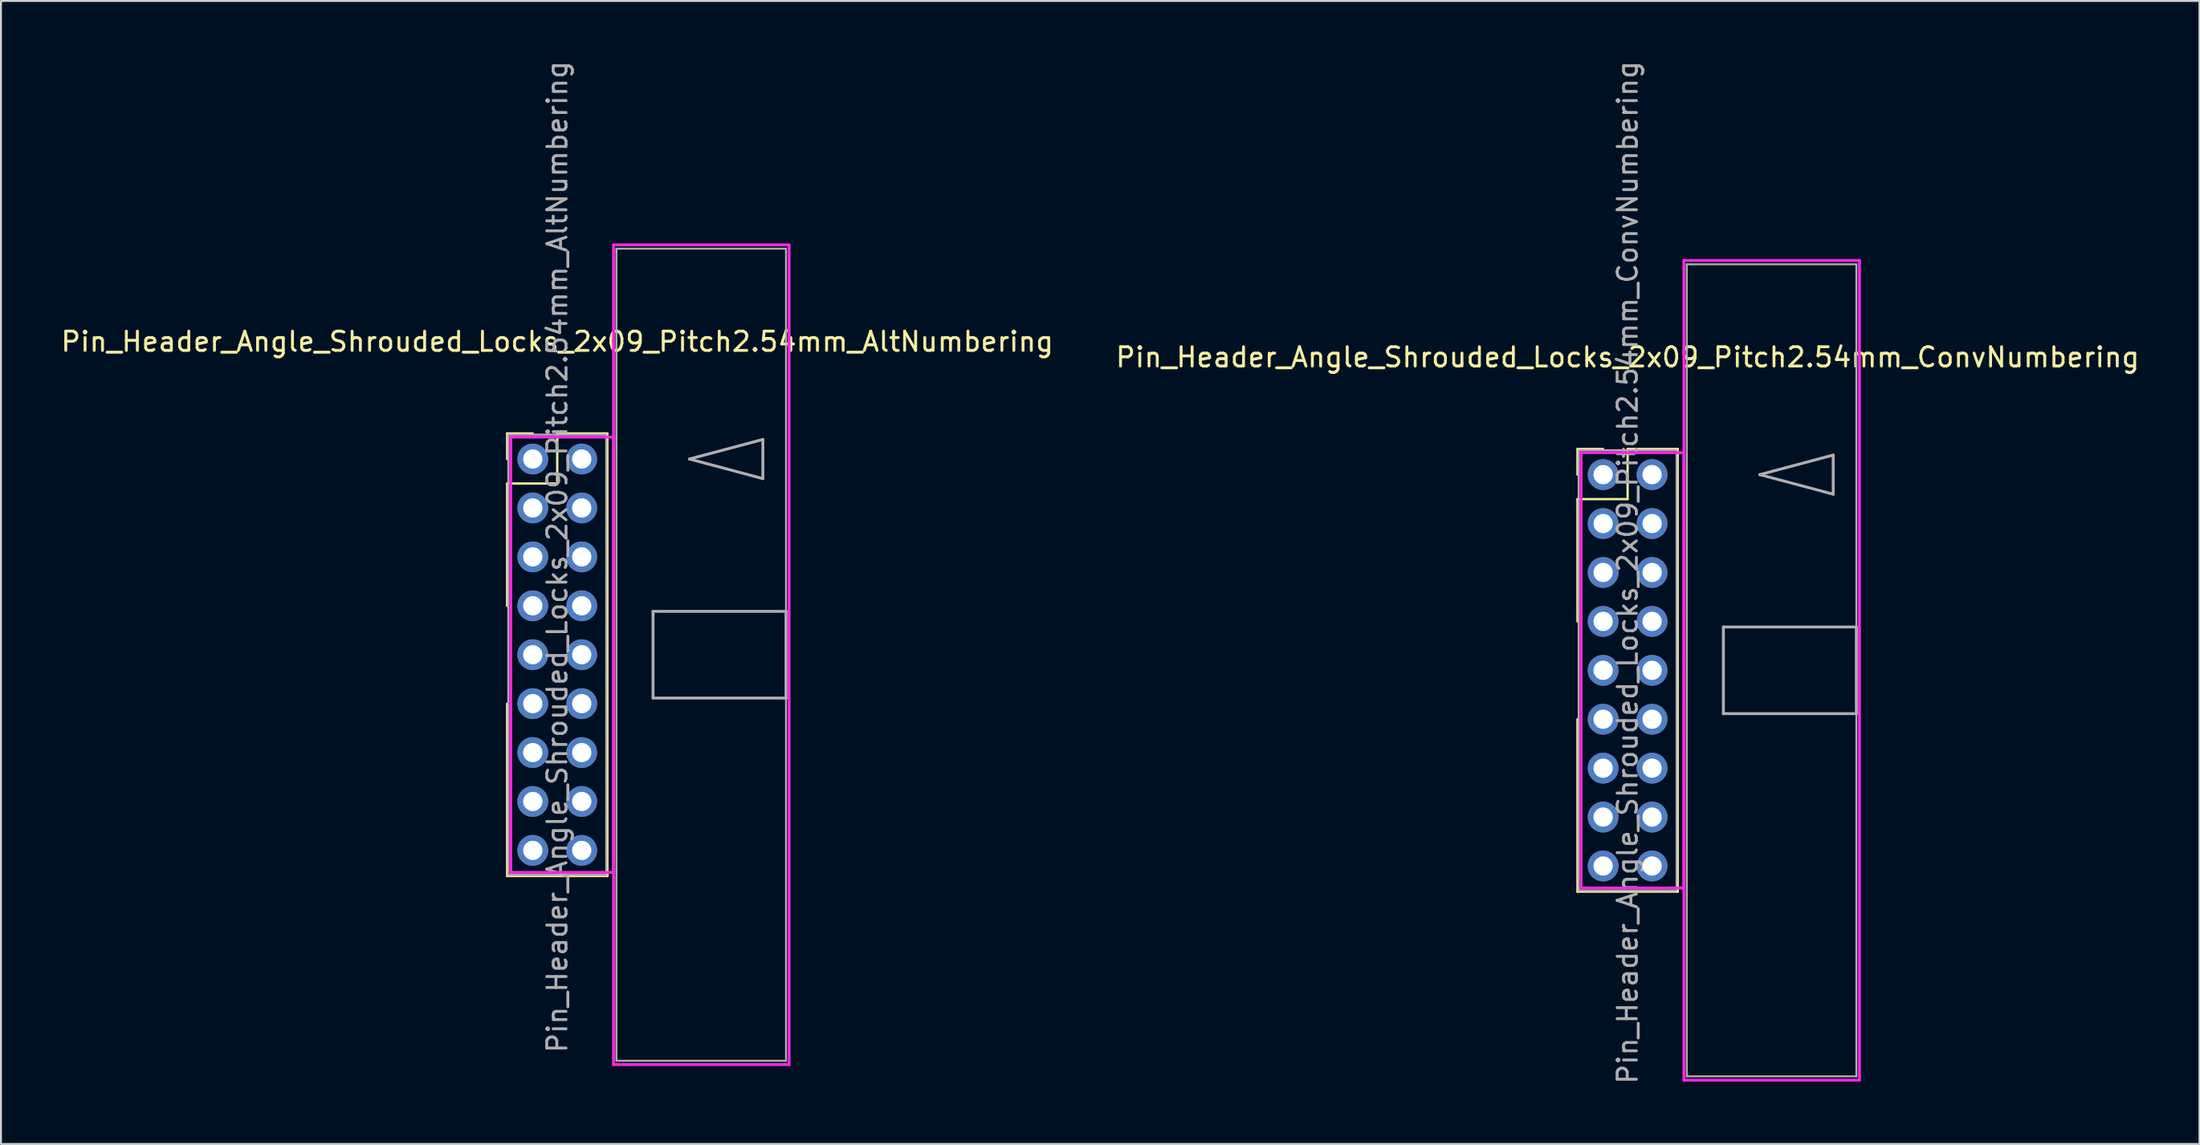
<source format=kicad_pcb>
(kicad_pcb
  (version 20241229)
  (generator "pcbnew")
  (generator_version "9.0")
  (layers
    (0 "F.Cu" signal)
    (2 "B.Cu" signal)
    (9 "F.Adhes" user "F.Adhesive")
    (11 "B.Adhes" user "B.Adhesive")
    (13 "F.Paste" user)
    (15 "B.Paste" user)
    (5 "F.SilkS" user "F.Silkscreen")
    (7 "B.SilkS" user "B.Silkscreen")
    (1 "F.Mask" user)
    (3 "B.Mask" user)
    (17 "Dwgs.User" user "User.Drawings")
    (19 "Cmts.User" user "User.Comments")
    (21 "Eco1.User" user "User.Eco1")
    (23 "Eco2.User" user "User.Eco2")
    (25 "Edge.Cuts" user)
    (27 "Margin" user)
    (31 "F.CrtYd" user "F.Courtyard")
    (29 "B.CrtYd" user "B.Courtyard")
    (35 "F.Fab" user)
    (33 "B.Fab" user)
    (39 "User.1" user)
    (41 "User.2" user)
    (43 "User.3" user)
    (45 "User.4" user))
  (footprint "Pin_Header_Angle_Shrouded_Locks_2x09_Pitch2.54mm_AltNumbering"
    (layer "F.Cu")
    (at 24.593 20.783)
    (property "Reference" "Pin_Header_Angle_Shrouded_Locks_2x09_Pitch2.54mm_AltNumbering" (at 1.27 -6.096 0) (layer "F.SilkS") (effects (font (size 1 1) (thickness 0.15))))
    (attr through_hole)
    (fp_line (start -1.33 -1.33) (end 0 -1.33) (stroke (width 0.12) (type solid)) (layer "F.SilkS"))
    (fp_line (start -1.33 0) (end -1.33 -1.33) (stroke (width 0.12) (type solid)) (layer "F.SilkS"))
    (fp_line (start -1.33 1.27) (end -1.33 7.62) (stroke (width 0.12) (type solid)) (layer "F.SilkS"))
    (fp_line (start -1.33 1.27) (end 1.27 1.27) (stroke (width 0.12) (type solid)) (layer "F.SilkS"))
    (fp_line (start -1.33 12.7) (end -1.33 21.65) (stroke (width 0.12) (type solid)) (layer "F.SilkS"))
    (fp_line (start -1.33 21.65) (end 3.87 21.65) (stroke (width 0.12) (type solid)) (layer "F.SilkS"))
    (fp_line (start 1.27 -1.33) (end 3.87 -1.33) (stroke (width 0.12) (type solid)) (layer "F.SilkS"))
    (fp_line (start 1.27 1.27) (end 1.27 -1.33) (stroke (width 0.12) (type solid)) (layer "F.SilkS"))
    (fp_line (start 3.87 -1.33) (end 3.87 21.65) (stroke (width 0.12) (type solid)) (layer "F.SilkS"))
    (fp_line (start -1.143 -1.143) (end -1.143 21.463) (stroke (width 0.15) (type solid)) (layer "F.CrtYd"))
    (fp_line (start -1.143 21.463) (end 4.19 21.463) (stroke (width 0.15) (type solid)) (layer "F.CrtYd"))
    (fp_line (start 4.19 -11.12) (end 4.19 31.44) (stroke (width 0.15) (type solid)) (layer "F.CrtYd"))
    (fp_line (start 4.19 -1.143) (end -1.143 -1.143) (stroke (width 0.15) (type solid)) (layer "F.CrtYd"))
    (fp_line (start 4.19 21.463) (end 4.19 -1.143) (stroke (width 0.15) (type solid)) (layer "F.CrtYd"))
    (fp_line (start 4.19 31.44) (end 13.3 31.44) (stroke (width 0.15) (type solid)) (layer "F.CrtYd"))
    (fp_line (start 13.3 -11.12) (end 4.19 -11.12) (stroke (width 0.15) (type solid)) (layer "F.CrtYd"))
    (fp_line (start 13.3 31.44) (end 13.3 -11.12) (stroke (width 0.15) (type solid)) (layer "F.CrtYd"))
    (fp_line (start -1.27 -1.27) (end -1.27 21.59) (stroke (width 0.1) (type solid)) (layer "F.Fab"))
    (fp_line (start -1.27 21.59) (end 3.81 21.59) (stroke (width 0.1) (type solid)) (layer "F.Fab"))
    (fp_line (start 3.81 -1.27) (end -1.27 -1.27) (stroke (width 0.1) (type solid)) (layer "F.Fab"))
    (fp_line (start 3.81 21.59) (end 3.81 -1.27) (stroke (width 0.1) (type solid)) (layer "F.Fab"))
    (fp_line (start 4.34 -10.92) (end 4.34 31.24) (stroke (width 0.1) (type solid)) (layer "F.Fab"))
    (fp_line (start 4.34 31.24) (end 13.14 31.24) (stroke (width 0.1) (type solid)) (layer "F.Fab"))
    (fp_line (start 6.24 7.91) (end 6.24 12.41) (stroke (width 0.15) (type solid)) (layer "F.Fab"))
    (fp_line (start 6.24 12.41) (end 13.14 12.41) (stroke (width 0.15) (type solid)) (layer "F.Fab"))
    (fp_line (start 8.128 0) (end 11.938 -1.016) (stroke (width 0.15) (type solid)) (layer "F.Fab"))
    (fp_line (start 11.938 -1.016) (end 11.938 1.016) (stroke (width 0.15) (type solid)) (layer "F.Fab"))
    (fp_line (start 11.938 1.016) (end 8.128 0) (stroke (width 0.15) (type solid)) (layer "F.Fab"))
    (fp_line (start 13.14 -10.92) (end 4.34 -10.92) (stroke (width 0.1) (type solid)) (layer "F.Fab"))
    (fp_line (start 13.14 7.91) (end 6.24 7.91) (stroke (width 0.15) (type solid)) (layer "F.Fab"))
    (fp_line (start 13.14 12.41) (end 13.14 7.91) (stroke (width 0.15) (type solid)) (layer "F.Fab"))
    (fp_line (start 13.14 31.24) (end 13.14 -10.92) (stroke (width 0.1) (type solid)) (layer "F.Fab"))
    (fp_text user "${REFERENCE}" (at 1.27 5.08 90) (layer "F.Fab") (effects (font (size 1 1) (thickness 0.15))))
    (pad "1" thru_hole oval (at 0 0) (size 1.6 1.6) (drill 1) (layers "*.Cu" "*.Mask"))
    (pad "2" thru_hole oval (at 0 2.54) (size 1.6 1.6) (drill 1) (layers "*.Cu" "*.Mask"))
    (pad "3" thru_hole oval (at 0 5.08) (size 1.6 1.6) (drill 1) (layers "*.Cu" "*.Mask"))
    (pad "4" thru_hole oval (at 0 7.62) (size 1.6 1.6) (drill 1) (layers "*.Cu" "*.Mask"))
    (pad "5" thru_hole oval (at 0 10.16) (size 1.6 1.6) (drill 1) (layers "*.Cu" "*.Mask"))
    (pad "6" thru_hole oval (at 0 12.7) (size 1.6 1.6) (drill 1) (layers "*.Cu" "*.Mask"))
    (pad "7" thru_hole oval (at 0 15.24) (size 1.6 1.6) (drill 1) (layers "*.Cu" "*.Mask"))
    (pad "8" thru_hole oval (at 0 17.78) (size 1.6 1.6) (drill 1) (layers "*.Cu" "*.Mask"))
    (pad "9" thru_hole oval (at 0 20.32) (size 1.6 1.6) (drill 1) (layers "*.Cu" "*.Mask"))
    (pad "10" thru_hole oval (at 2.54 0) (size 1.6 1.6) (drill 1) (layers "*.Cu" "*.Mask"))
    (pad "11" thru_hole oval (at 2.54 2.54) (size 1.6 1.6) (drill 1) (layers "*.Cu" "*.Mask"))
    (pad "12" thru_hole oval (at 2.54 5.08) (size 1.6 1.6) (drill 1) (layers "*.Cu" "*.Mask"))
    (pad "13" thru_hole oval (at 2.54 7.62) (size 1.6 1.6) (drill 1) (layers "*.Cu" "*.Mask"))
    (pad "14" thru_hole oval (at 2.54 10.16) (size 1.6 1.6) (drill 1) (layers "*.Cu" "*.Mask"))
    (pad "15" thru_hole oval (at 2.54 12.7) (size 1.6 1.6) (drill 1) (layers "*.Cu" "*.Mask"))
    (pad "16" thru_hole oval (at 2.54 15.24) (size 1.6 1.6) (drill 1) (layers "*.Cu" "*.Mask"))
    (pad "17" thru_hole oval (at 2.54 17.78) (size 1.6 1.6) (drill 1) (layers "*.Cu" "*.Mask"))
    (pad "18" thru_hole oval (at 2.54 20.32) (size 1.6 1.6) (drill 1) (layers "*.Cu" "*.Mask")))
  (footprint "Pin_Header_Angle_Shrouded_Locks_2x09_Pitch2.54mm_ConvNumbering"
    (layer "F.Cu")
    (at 80.129 21.593)
    (property "Reference" "Pin_Header_Angle_Shrouded_Locks_2x09_Pitch2.54mm_ConvNumbering" (at 1.27 -6.096 0) (layer "F.SilkS") (effects (font (size 1 1) (thickness 0.15))))
    (attr through_hole)
    (fp_line (start -1.33 -1.33) (end 0 -1.33) (stroke (width 0.12) (type solid)) (layer "F.SilkS"))
    (fp_line (start -1.33 0) (end -1.33 -1.33) (stroke (width 0.12) (type solid)) (layer "F.SilkS"))
    (fp_line (start -1.33 1.27) (end -1.33 7.62) (stroke (width 0.12) (type solid)) (layer "F.SilkS"))
    (fp_line (start -1.33 1.27) (end 1.27 1.27) (stroke (width 0.12) (type solid)) (layer "F.SilkS"))
    (fp_line (start -1.33 12.7) (end -1.33 21.65) (stroke (width 0.12) (type solid)) (layer "F.SilkS"))
    (fp_line (start -1.33 21.65) (end 3.87 21.65) (stroke (width 0.12) (type solid)) (layer "F.SilkS"))
    (fp_line (start 1.27 -1.33) (end 3.87 -1.33) (stroke (width 0.12) (type solid)) (layer "F.SilkS"))
    (fp_line (start 1.27 1.27) (end 1.27 -1.33) (stroke (width 0.12) (type solid)) (layer "F.SilkS"))
    (fp_line (start 3.87 -1.33) (end 3.87 21.65) (stroke (width 0.12) (type solid)) (layer "F.SilkS"))
    (fp_line (start -1.143 -1.143) (end -1.143 21.463) (stroke (width 0.15) (type solid)) (layer "F.CrtYd"))
    (fp_line (start -1.143 21.463) (end 4.19 21.463) (stroke (width 0.15) (type solid)) (layer "F.CrtYd"))
    (fp_line (start 4.19 -11.12) (end 4.19 31.44) (stroke (width 0.15) (type solid)) (layer "F.CrtYd"))
    (fp_line (start 4.19 -1.143) (end -1.143 -1.143) (stroke (width 0.15) (type solid)) (layer "F.CrtYd"))
    (fp_line (start 4.19 21.463) (end 4.19 -1.143) (stroke (width 0.15) (type solid)) (layer "F.CrtYd"))
    (fp_line (start 4.19 31.44) (end 13.3 31.44) (stroke (width 0.15) (type solid)) (layer "F.CrtYd"))
    (fp_line (start 13.3 -11.12) (end 4.19 -11.12) (stroke (width 0.15) (type solid)) (layer "F.CrtYd"))
    (fp_line (start 13.3 31.44) (end 13.3 -11.12) (stroke (width 0.15) (type solid)) (layer "F.CrtYd"))
    (fp_line (start -1.27 -1.27) (end -1.27 21.59) (stroke (width 0.1) (type solid)) (layer "F.Fab"))
    (fp_line (start -1.27 21.59) (end 3.81 21.59) (stroke (width 0.1) (type solid)) (layer "F.Fab"))
    (fp_line (start 3.81 -1.27) (end -1.27 -1.27) (stroke (width 0.1) (type solid)) (layer "F.Fab"))
    (fp_line (start 3.81 21.59) (end 3.81 -1.27) (stroke (width 0.1) (type solid)) (layer "F.Fab"))
    (fp_line (start 4.34 -10.92) (end 4.34 31.24) (stroke (width 0.1) (type solid)) (layer "F.Fab"))
    (fp_line (start 4.34 31.24) (end 13.14 31.24) (stroke (width 0.1) (type solid)) (layer "F.Fab"))
    (fp_line (start 6.24 7.91) (end 6.24 12.41) (stroke (width 0.15) (type solid)) (layer "F.Fab"))
    (fp_line (start 6.24 12.41) (end 13.14 12.41) (stroke (width 0.15) (type solid)) (layer "F.Fab"))
    (fp_line (start 8.128 0) (end 11.938 -1.016) (stroke (width 0.15) (type solid)) (layer "F.Fab"))
    (fp_line (start 11.938 -1.016) (end 11.938 1.016) (stroke (width 0.15) (type solid)) (layer "F.Fab"))
    (fp_line (start 11.938 1.016) (end 8.128 0) (stroke (width 0.15) (type solid)) (layer "F.Fab"))
    (fp_line (start 13.14 -10.92) (end 4.34 -10.92) (stroke (width 0.1) (type solid)) (layer "F.Fab"))
    (fp_line (start 13.14 7.91) (end 6.24 7.91) (stroke (width 0.15) (type solid)) (layer "F.Fab"))
    (fp_line (start 13.14 12.41) (end 13.14 7.91) (stroke (width 0.15) (type solid)) (layer "F.Fab"))
    (fp_line (start 13.14 31.24) (end 13.14 -10.92) (stroke (width 0.1) (type solid)) (layer "F.Fab"))
    (fp_text user "${REFERENCE}" (at 1.27 5.08 90) (layer "F.Fab") (effects (font (size 1 1) (thickness 0.15))))
    (pad "1" thru_hole oval (at 0 0) (size 1.6 1.6) (drill 1) (layers "*.Cu" "*.Mask"))
    (pad "2" thru_hole oval (at 2.54 0) (size 1.6 1.6) (drill 1) (layers "*.Cu" "*.Mask"))
    (pad "3" thru_hole oval (at 0 2.54) (size 1.6 1.6) (drill 1) (layers "*.Cu" "*.Mask"))
    (pad "4" thru_hole oval (at 2.54 2.54) (size 1.6 1.6) (drill 1) (layers "*.Cu" "*.Mask"))
    (pad "5" thru_hole oval (at 0 5.08) (size 1.6 1.6) (drill 1) (layers "*.Cu" "*.Mask"))
    (pad "6" thru_hole oval (at 2.54 5.08) (size 1.6 1.6) (drill 1) (layers "*.Cu" "*.Mask"))
    (pad "7" thru_hole oval (at 0 7.62) (size 1.6 1.6) (drill 1) (layers "*.Cu" "*.Mask"))
    (pad "8" thru_hole oval (at 2.54 7.62) (size 1.6 1.6) (drill 1) (layers "*.Cu" "*.Mask"))
    (pad "9" thru_hole oval (at 0 10.16) (size 1.6 1.6) (drill 1) (layers "*.Cu" "*.Mask"))
    (pad "10" thru_hole oval (at 2.54 10.16) (size 1.6 1.6) (drill 1) (layers "*.Cu" "*.Mask"))
    (pad "11" thru_hole oval (at 0 12.7) (size 1.6 1.6) (drill 1) (layers "*.Cu" "*.Mask"))
    (pad "12" thru_hole oval (at 2.54 12.7) (size 1.6 1.6) (drill 1) (layers "*.Cu" "*.Mask"))
    (pad "13" thru_hole oval (at 0 15.24) (size 1.6 1.6) (drill 1) (layers "*.Cu" "*.Mask"))
    (pad "14" thru_hole oval (at 2.54 15.24) (size 1.6 1.6) (drill 1) (layers "*.Cu" "*.Mask"))
    (pad "15" thru_hole oval (at 0 17.78) (size 1.6 1.6) (drill 1) (layers "*.Cu" "*.Mask"))
    (pad "16" thru_hole oval (at 2.54 17.78) (size 1.6 1.6) (drill 1) (layers "*.Cu" "*.Mask"))
    (pad "17" thru_hole oval (at 0 20.32) (size 1.6 1.6) (drill 1) (layers "*.Cu" "*.Mask"))
    (pad "18" thru_hole oval (at 2.54 20.32) (size 1.6 1.6) (drill 1) (layers "*.Cu" "*.Mask")))
  (gr_rect
    (start -3 -3)
    (end 111.071 56.345)
    (stroke (width 0.1) (type default))
    (fill no)
    (layer "Edge.Cuts")))
</source>
